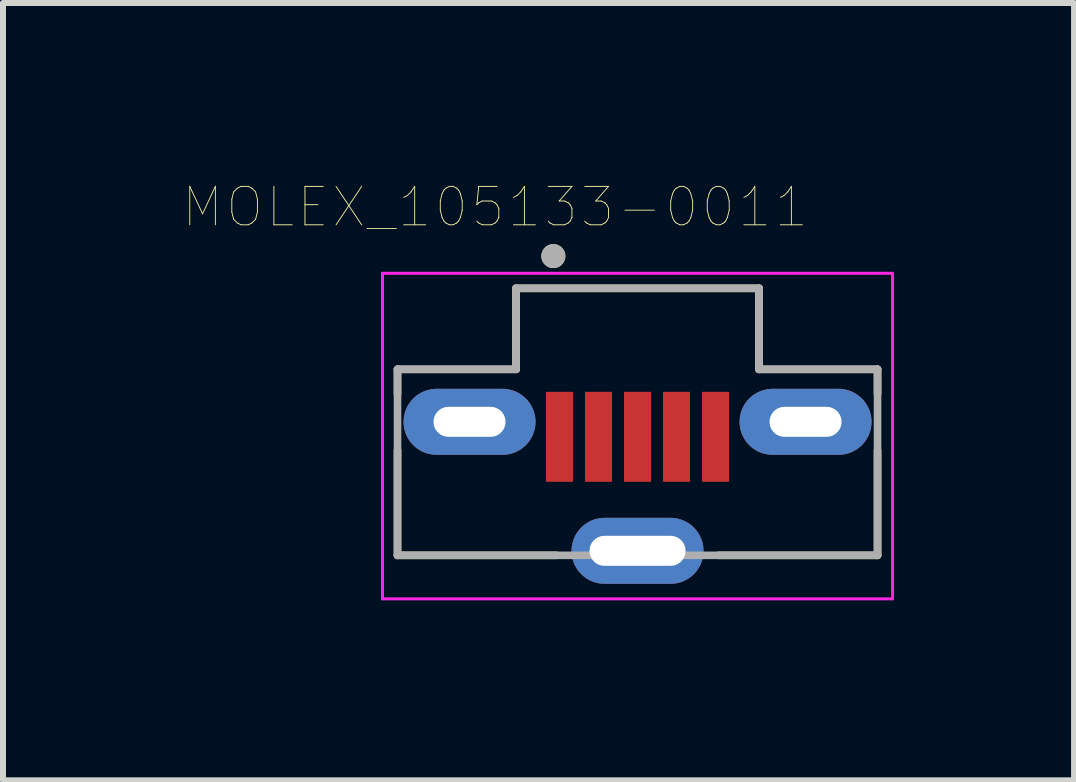
<source format=kicad_pcb>
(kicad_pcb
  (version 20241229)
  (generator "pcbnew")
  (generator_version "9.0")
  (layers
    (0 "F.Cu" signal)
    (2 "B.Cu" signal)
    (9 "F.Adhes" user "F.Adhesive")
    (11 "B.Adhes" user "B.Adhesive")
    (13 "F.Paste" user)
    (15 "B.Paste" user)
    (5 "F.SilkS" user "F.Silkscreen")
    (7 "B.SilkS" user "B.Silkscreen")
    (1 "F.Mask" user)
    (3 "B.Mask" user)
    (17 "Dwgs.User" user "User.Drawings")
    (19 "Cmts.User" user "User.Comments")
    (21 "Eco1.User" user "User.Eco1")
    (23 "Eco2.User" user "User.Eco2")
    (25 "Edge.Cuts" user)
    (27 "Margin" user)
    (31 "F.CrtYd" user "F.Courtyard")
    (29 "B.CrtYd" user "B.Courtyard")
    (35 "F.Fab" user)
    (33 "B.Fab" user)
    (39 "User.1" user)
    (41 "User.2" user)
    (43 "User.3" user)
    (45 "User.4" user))
  (footprint "MOLEX_105133-0011"
    (layer "F.Cu")
    (at 7.575 3.98)
    (property "Reference" "MOLEX_105133-0011" (at -2.373 -3.579 0) (layer "F.SilkS") (effects (font (size 0.64 0.64) (thickness 0.015))))
    (attr through_hole)
    (fp_line (start -4 -0.875) (end -2.025 -0.875) (stroke (width 0.127) (type solid)) (layer "F.SilkS"))
    (fp_line (start -4 -0.467) (end -4 -0.875) (stroke (width 0.127) (type solid)) (layer "F.SilkS"))
    (fp_line (start -4 2.225) (end -4 0.477) (stroke (width 0.127) (type solid)) (layer "F.SilkS"))
    (fp_line (start -2.025 -2.225) (end 2.025 -2.225) (stroke (width 0.127) (type solid)) (layer "F.SilkS"))
    (fp_line (start -2.025 -0.875) (end -2.025 -2.225) (stroke (width 0.127) (type solid)) (layer "F.SilkS"))
    (fp_line (start -1.35 2.225) (end -4 2.225) (stroke (width 0.127) (type solid)) (layer "F.SilkS"))
    (fp_line (start 2.025 -2.225) (end 2.025 -0.875) (stroke (width 0.127) (type solid)) (layer "F.SilkS"))
    (fp_line (start 2.025 -0.875) (end 4 -0.875) (stroke (width 0.127) (type solid)) (layer "F.SilkS"))
    (fp_line (start 4 -0.875) (end 4 -0.467) (stroke (width 0.127) (type solid)) (layer "F.SilkS"))
    (fp_line (start 4 0.477) (end 4 2.225) (stroke (width 0.127) (type solid)) (layer "F.SilkS"))
    (fp_line (start 4 2.225) (end 1.35 2.225) (stroke (width 0.127) (type solid)) (layer "F.SilkS"))
    (fp_circle (center -1.403 -2.762) (end -1.303 -2.762) (stroke (width 0.2) (type solid)) (fill no) (layer "F.SilkS"))
    (fp_line (start -4.25 -2.475) (end 4.25 -2.475) (stroke (width 0.05) (type solid)) (layer "F.CrtYd"))
    (fp_line (start -4.25 2.95) (end -4.25 -2.475) (stroke (width 0.05) (type solid)) (layer "F.CrtYd"))
    (fp_line (start 4.25 -2.475) (end 4.25 2.95) (stroke (width 0.05) (type solid)) (layer "F.CrtYd"))
    (fp_line (start 4.25 2.95) (end -4.25 2.95) (stroke (width 0.05) (type solid)) (layer "F.CrtYd"))
    (fp_line (start -4 -0.875) (end -2.025 -0.875) (stroke (width 0.127) (type solid)) (layer "F.Fab"))
    (fp_line (start -4 2.225) (end -4 -0.875) (stroke (width 0.127) (type solid)) (layer "F.Fab"))
    (fp_line (start -2.025 -0.875) (end -2.025 -2.225) (stroke (width 0.127) (type solid)) (layer "F.Fab"))
    (fp_line (start 2.025 -2.225) (end -2.025 -2.225) (stroke (width 0.127) (type solid)) (layer "F.Fab"))
    (fp_line (start 2.025 -0.875) (end 2.025 -2.225) (stroke (width 0.127) (type solid)) (layer "F.Fab"))
    (fp_line (start 4 -0.875) (end 2.025 -0.875) (stroke (width 0.127) (type solid)) (layer "F.Fab"))
    (fp_line (start 4 2.225) (end -4 2.225) (stroke (width 0.127) (type solid)) (layer "F.Fab"))
    (fp_line (start 4 2.225) (end 4 -0.875) (stroke (width 0.127) (type solid)) (layer "F.Fab"))
    (fp_circle (center -1.403 -2.762) (end -1.303 -2.762) (stroke (width 0.2) (type solid)) (fill no) (layer "F.Fab"))
    (pad "1" smd rect (at -1.3 0.25) (size 0.45 1.5) (layers "F.Cu" "F.Mask" "F.Paste"))
    (pad "2" smd rect (at -0.65 0.25) (size 0.45 1.5) (layers "F.Cu" "F.Mask" "F.Paste"))
    (pad "3" smd rect (at 0 0.25) (size 0.45 1.5) (layers "F.Cu" "F.Mask" "F.Paste"))
    (pad "4" smd rect (at 0.65 0.25) (size 0.45 1.5) (layers "F.Cu" "F.Mask" "F.Paste"))
    (pad "5" smd rect (at 1.3 0.25) (size 0.45 1.5) (layers "F.Cu" "F.Mask" "F.Paste"))
    (pad "S1" thru_hole oval (at -2.8 0) (size 2.2 1.1) (drill oval 1.2 0.5) (layers "*.Cu" "*.Mask"))
    (pad "S2" thru_hole oval (at 2.8 0) (size 2.2 1.1) (drill oval 1.2 0.5) (layers "*.Cu" "*.Mask"))
    (pad "S3" thru_hole oval (at 0 2.15) (size 2.2 1.1) (drill oval 1.6 0.5) (layers "*.Cu" "*.Mask")))
  (gr_rect
    (start -3 -3)
    (end 14.85 9.955)
    (stroke (width 0.1) (type default))
    (fill no)
    (layer "Edge.Cuts")))
</source>
